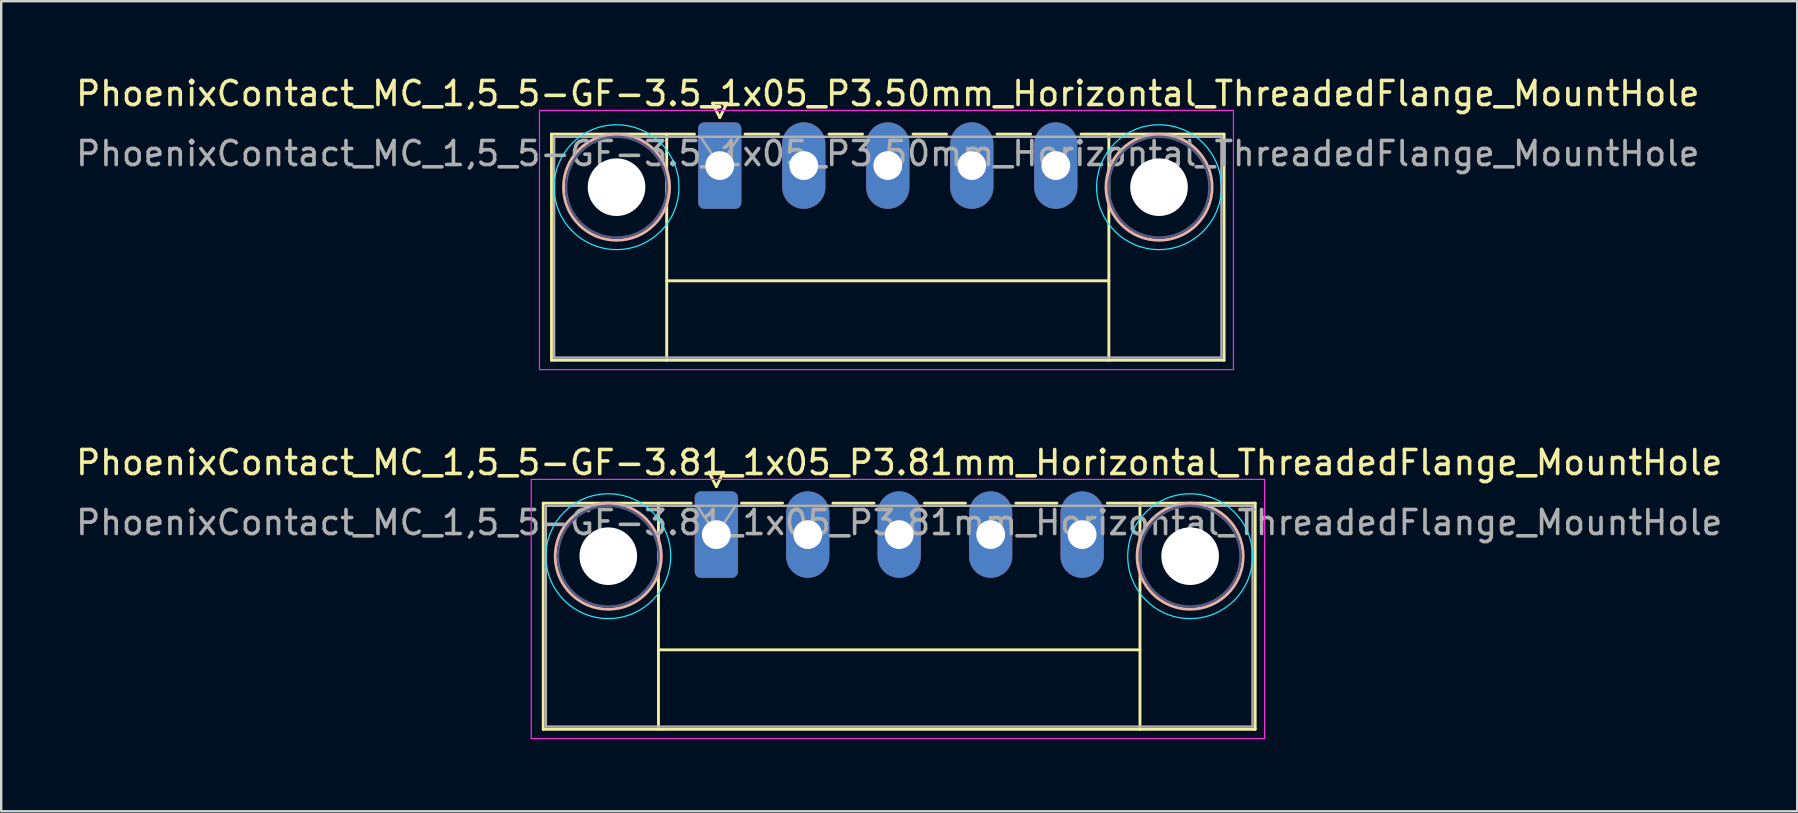
<source format=kicad_pcb>
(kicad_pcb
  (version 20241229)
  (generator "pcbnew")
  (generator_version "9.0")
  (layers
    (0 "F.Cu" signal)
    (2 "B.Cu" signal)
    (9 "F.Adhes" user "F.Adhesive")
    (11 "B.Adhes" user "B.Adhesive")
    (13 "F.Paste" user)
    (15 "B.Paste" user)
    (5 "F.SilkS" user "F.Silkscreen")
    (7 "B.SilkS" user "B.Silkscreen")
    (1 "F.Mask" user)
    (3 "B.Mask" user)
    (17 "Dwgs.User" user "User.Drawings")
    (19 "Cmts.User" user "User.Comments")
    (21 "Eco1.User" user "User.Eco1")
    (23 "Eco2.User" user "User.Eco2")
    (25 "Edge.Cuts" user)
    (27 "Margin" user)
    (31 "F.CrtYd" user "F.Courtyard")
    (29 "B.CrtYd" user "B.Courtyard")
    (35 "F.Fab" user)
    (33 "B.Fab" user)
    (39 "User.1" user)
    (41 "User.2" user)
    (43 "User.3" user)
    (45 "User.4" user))
  (footprint "PhoenixContact_MC_1,5_5-GF-3.5_1x05_P3.50mm_Horizontal_ThreadedFlange_MountHole"
    (layer "F.Cu")
    (at 26.935 3.848)
    (property "Reference" "PhoenixContact_MC_1,5_5-GF-3.5_1x05_P3.50mm_Horizontal_ThreadedFlange_MountHole" (at 7 -3 0) (layer "F.SilkS") (effects (font (size 1 1) (thickness 0.15))))
    (attr through_hole)
    (fp_line (start -7.01 -1.31) (end -7.01 8.11) (stroke (width 0.12) (type solid)) (layer "F.SilkS"))
    (fp_line (start -7.01 -1.31) (end -1.05 -1.31) (stroke (width 0.12) (type solid)) (layer "F.SilkS"))
    (fp_line (start -7.01 8.11) (end 21.01 8.11) (stroke (width 0.12) (type solid)) (layer "F.SilkS"))
    (fp_line (start -2.21 -1.31) (end -2.21 8.11) (stroke (width 0.12) (type solid)) (layer "F.SilkS"))
    (fp_line (start -2.21 4.8) (end 16.21 4.8) (stroke (width 0.12) (type solid)) (layer "F.SilkS"))
    (fp_line (start -0.3 -2.6) (end 0.3 -2.6) (stroke (width 0.12) (type solid)) (layer "F.SilkS"))
    (fp_line (start 0 -2) (end -0.3 -2.6) (stroke (width 0.12) (type solid)) (layer "F.SilkS"))
    (fp_line (start 0.3 -2.6) (end 0 -2) (stroke (width 0.12) (type solid)) (layer "F.SilkS"))
    (fp_line (start 1.05 -1.31) (end 2.45 -1.31) (stroke (width 0.12) (type solid)) (layer "F.SilkS"))
    (fp_line (start 4.55 -1.31) (end 5.95 -1.31) (stroke (width 0.12) (type solid)) (layer "F.SilkS"))
    (fp_line (start 8.05 -1.31) (end 9.45 -1.31) (stroke (width 0.12) (type solid)) (layer "F.SilkS"))
    (fp_line (start 11.55 -1.31) (end 12.95 -1.31) (stroke (width 0.12) (type solid)) (layer "F.SilkS"))
    (fp_line (start 16.21 -1.31) (end 16.21 8.11) (stroke (width 0.12) (type solid)) (layer "F.SilkS"))
    (fp_line (start 21.01 -1.31) (end 15.05 -1.31) (stroke (width 0.12) (type solid)) (layer "F.SilkS"))
    (fp_line (start 21.01 8.11) (end 21.01 -1.31) (stroke (width 0.12) (type solid)) (layer "F.SilkS"))
    (fp_circle (center -4.3 0.9) (end -2.09 0.9) (stroke (width 0.12) (type solid)) (fill no) (layer "B.SilkS"))
    (fp_circle (center 18.3 0.9) (end 20.51 0.9) (stroke (width 0.12) (type solid)) (fill no) (layer "B.SilkS"))
    (fp_circle (center -4.3 0.9) (end -1.7 0.9) (stroke (width 0.05) (type solid)) (fill no) (layer "B.CrtYd"))
    (fp_circle (center 18.3 0.9) (end 20.9 0.9) (stroke (width 0.05) (type solid)) (fill no) (layer "B.CrtYd"))
    (fp_line (start -7.51 -2.3) (end -7.51 8.5) (stroke (width 0.05) (type solid)) (layer "F.CrtYd"))
    (fp_line (start -7.51 8.5) (end 21.4 8.5) (stroke (width 0.05) (type solid)) (layer "F.CrtYd"))
    (fp_line (start 21.4 -2.3) (end -7.51 -2.3) (stroke (width 0.05) (type solid)) (layer "F.CrtYd"))
    (fp_line (start 21.4 8.5) (end 21.4 -2.3) (stroke (width 0.05) (type solid)) (layer "F.CrtYd"))
    (fp_circle (center -4.3 0.9) (end -2.2 0.9) (stroke (width 0.1) (type solid)) (fill no) (layer "B.Fab"))
    (fp_circle (center 18.3 0.9) (end 20.4 0.9) (stroke (width 0.1) (type solid)) (fill no) (layer "B.Fab"))
    (fp_line (start -6.9 -1.2) (end -6.9 8) (stroke (width 0.1) (type solid)) (layer "F.Fab"))
    (fp_line (start -6.9 8) (end 20.9 8) (stroke (width 0.1) (type solid)) (layer "F.Fab"))
    (fp_line (start 0 0) (end -0.8 -1.2) (stroke (width 0.1) (type solid)) (layer "F.Fab"))
    (fp_line (start 0.8 -1.2) (end 0 0) (stroke (width 0.1) (type solid)) (layer "F.Fab"))
    (fp_line (start 20.9 -1.2) (end -6.9 -1.2) (stroke (width 0.1) (type solid)) (layer "F.Fab"))
    (fp_line (start 20.9 8) (end 20.9 -1.2) (stroke (width 0.1) (type solid)) (layer "F.Fab"))
    (fp_text user "${REFERENCE}" (at 7 -0.5 0) (layer "F.Fab") (effects (font (size 1 1) (thickness 0.15))))
    (pad "" np_thru_hole circle (at -4.3 0.9) (size 2.4 2.4) (drill 2.4) (layers "*.Cu" "*.Mask"))
    (pad "" np_thru_hole circle (at 18.3 0.9) (size 2.4 2.4) (drill 2.4) (layers "*.Cu" "*.Mask"))
    (pad "1" thru_hole roundrect (at 0 0) (size 1.8 3.6) (drill 1.2) (layers "*.Cu" "*.Mask") (roundrect_rratio 0.139))
    (pad "2" thru_hole oval (at 3.5 0) (size 1.8 3.6) (drill 1.2) (layers "*.Cu" "*.Mask"))
    (pad "3" thru_hole oval (at 7 0) (size 1.8 3.6) (drill 1.2) (layers "*.Cu" "*.Mask"))
    (pad "4" thru_hole oval (at 10.5 0) (size 1.8 3.6) (drill 1.2) (layers "*.Cu" "*.Mask"))
    (pad "5" thru_hole oval (at 14 0) (size 1.8 3.6) (drill 1.2) (layers "*.Cu" "*.Mask")))
  (footprint "PhoenixContact_MC_1,5_5-GF-3.81_1x05_P3.81mm_Horizontal_ThreadedFlange_MountHole"
    (layer "F.Cu")
    (at 26.791 19.221)
    (property "Reference" "PhoenixContact_MC_1,5_5-GF-3.81_1x05_P3.81mm_Horizontal_ThreadedFlange_MountHole" (at 7.62 -3 0) (layer "F.SilkS") (effects (font (size 1 1) (thickness 0.15))))
    (attr through_hole)
    (fp_line (start -7.21 -1.31) (end -7.21 8.11) (stroke (width 0.12) (type solid)) (layer "F.SilkS"))
    (fp_line (start -7.21 -1.31) (end -1.05 -1.31) (stroke (width 0.12) (type solid)) (layer "F.SilkS"))
    (fp_line (start -7.21 8.11) (end 22.45 8.11) (stroke (width 0.12) (type solid)) (layer "F.SilkS"))
    (fp_line (start -2.41 -1.31) (end -2.41 8.11) (stroke (width 0.12) (type solid)) (layer "F.SilkS"))
    (fp_line (start -2.41 4.8) (end 17.65 4.8) (stroke (width 0.12) (type solid)) (layer "F.SilkS"))
    (fp_line (start -0.3 -2.6) (end 0.3 -2.6) (stroke (width 0.12) (type solid)) (layer "F.SilkS"))
    (fp_line (start 0 -2) (end -0.3 -2.6) (stroke (width 0.12) (type solid)) (layer "F.SilkS"))
    (fp_line (start 0.3 -2.6) (end 0 -2) (stroke (width 0.12) (type solid)) (layer "F.SilkS"))
    (fp_line (start 1.05 -1.31) (end 2.76 -1.31) (stroke (width 0.12) (type solid)) (layer "F.SilkS"))
    (fp_line (start 4.86 -1.31) (end 6.57 -1.31) (stroke (width 0.12) (type solid)) (layer "F.SilkS"))
    (fp_line (start 8.67 -1.31) (end 10.38 -1.31) (stroke (width 0.12) (type solid)) (layer "F.SilkS"))
    (fp_line (start 12.48 -1.31) (end 14.19 -1.31) (stroke (width 0.12) (type solid)) (layer "F.SilkS"))
    (fp_line (start 17.65 -1.31) (end 17.65 8.11) (stroke (width 0.12) (type solid)) (layer "F.SilkS"))
    (fp_line (start 22.45 -1.31) (end 16.29 -1.31) (stroke (width 0.12) (type solid)) (layer "F.SilkS"))
    (fp_line (start 22.45 8.11) (end 22.45 -1.31) (stroke (width 0.12) (type solid)) (layer "F.SilkS"))
    (fp_circle (center -4.5 0.9) (end -2.29 0.9) (stroke (width 0.12) (type solid)) (fill no) (layer "B.SilkS"))
    (fp_circle (center 19.74 0.9) (end 21.95 0.9) (stroke (width 0.12) (type solid)) (fill no) (layer "B.SilkS"))
    (fp_circle (center -4.5 0.9) (end -1.9 0.9) (stroke (width 0.05) (type solid)) (fill no) (layer "B.CrtYd"))
    (fp_circle (center 19.74 0.9) (end 22.34 0.9) (stroke (width 0.05) (type solid)) (fill no) (layer "B.CrtYd"))
    (fp_line (start -7.71 -2.3) (end -7.71 8.5) (stroke (width 0.05) (type solid)) (layer "F.CrtYd"))
    (fp_line (start -7.71 8.5) (end 22.84 8.5) (stroke (width 0.05) (type solid)) (layer "F.CrtYd"))
    (fp_line (start 22.84 -2.3) (end -7.71 -2.3) (stroke (width 0.05) (type solid)) (layer "F.CrtYd"))
    (fp_line (start 22.84 8.5) (end 22.84 -2.3) (stroke (width 0.05) (type solid)) (layer "F.CrtYd"))
    (fp_circle (center -4.5 0.9) (end -2.4 0.9) (stroke (width 0.1) (type solid)) (fill no) (layer "B.Fab"))
    (fp_circle (center 19.74 0.9) (end 21.84 0.9) (stroke (width 0.1) (type solid)) (fill no) (layer "B.Fab"))
    (fp_line (start -7.1 -1.2) (end -7.1 8) (stroke (width 0.1) (type solid)) (layer "F.Fab"))
    (fp_line (start -7.1 8) (end 22.34 8) (stroke (width 0.1) (type solid)) (layer "F.Fab"))
    (fp_line (start 0 0) (end -0.8 -1.2) (stroke (width 0.1) (type solid)) (layer "F.Fab"))
    (fp_line (start 0.8 -1.2) (end 0 0) (stroke (width 0.1) (type solid)) (layer "F.Fab"))
    (fp_line (start 22.34 -1.2) (end -7.1 -1.2) (stroke (width 0.1) (type solid)) (layer "F.Fab"))
    (fp_line (start 22.34 8) (end 22.34 -1.2) (stroke (width 0.1) (type solid)) (layer "F.Fab"))
    (fp_text user "${REFERENCE}" (at 7.62 -0.5 0) (layer "F.Fab") (effects (font (size 1 1) (thickness 0.15))))
    (pad "" np_thru_hole circle (at -4.5 0.9) (size 2.4 2.4) (drill 2.4) (layers "*.Cu" "*.Mask"))
    (pad "" np_thru_hole circle (at 19.74 0.9) (size 2.4 2.4) (drill 2.4) (layers "*.Cu" "*.Mask"))
    (pad "1" thru_hole roundrect (at 0 0) (size 1.8 3.6) (drill 1.2) (layers "*.Cu" "*.Mask") (roundrect_rratio 0.139))
    (pad "2" thru_hole oval (at 3.81 0) (size 1.8 3.6) (drill 1.2) (layers "*.Cu" "*.Mask"))
    (pad "3" thru_hole oval (at 7.62 0) (size 1.8 3.6) (drill 1.2) (layers "*.Cu" "*.Mask"))
    (pad "4" thru_hole oval (at 11.43 0) (size 1.8 3.6) (drill 1.2) (layers "*.Cu" "*.Mask"))
    (pad "5" thru_hole oval (at 15.24 0) (size 1.8 3.6) (drill 1.2) (layers "*.Cu" "*.Mask")))
  (gr_rect
    (start -3 -3)
    (end 71.821 30.747)
    (stroke (width 0.1) (type default))
    (fill no)
    (layer "Edge.Cuts")))
</source>
